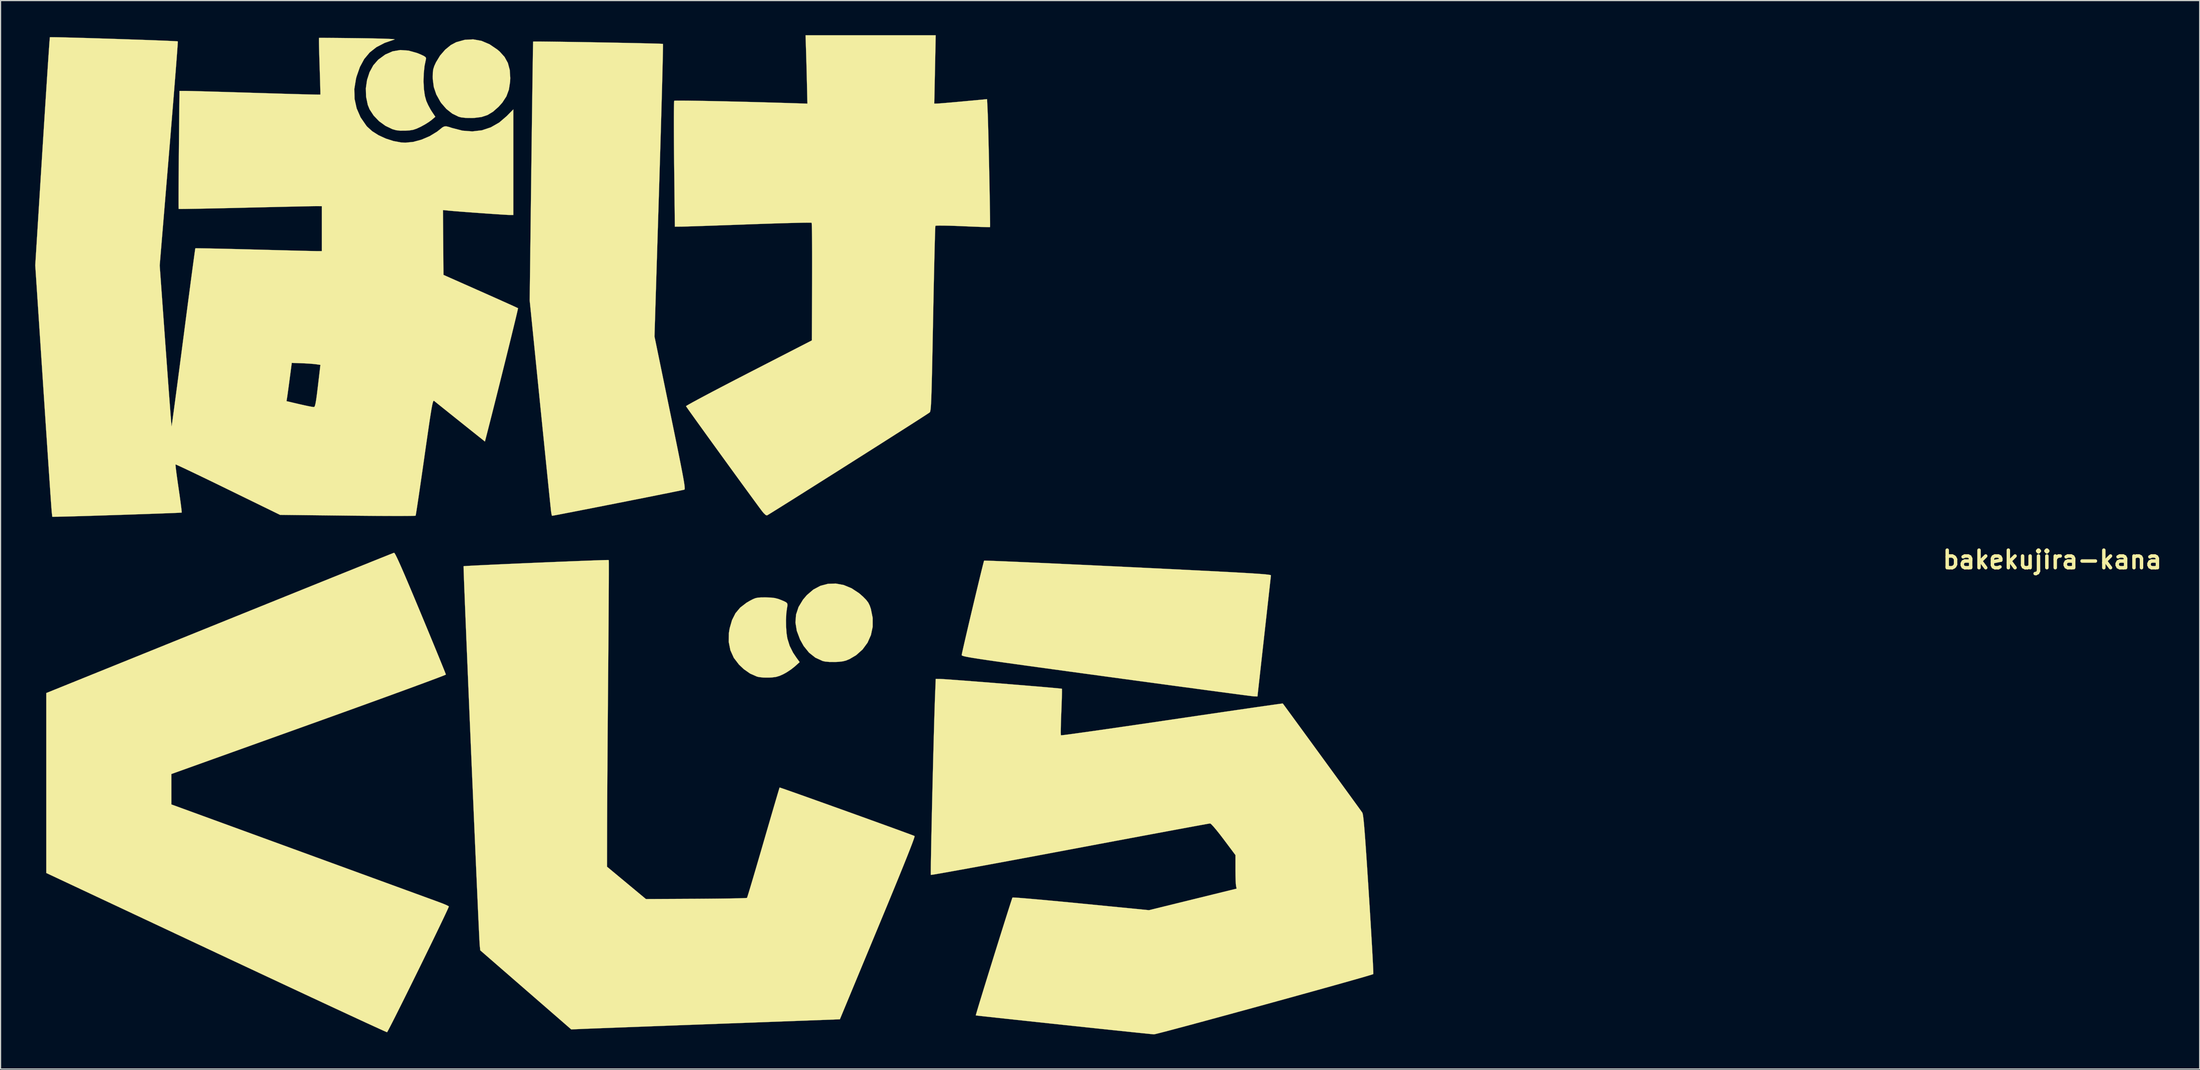
<source format=kicad_pcb>
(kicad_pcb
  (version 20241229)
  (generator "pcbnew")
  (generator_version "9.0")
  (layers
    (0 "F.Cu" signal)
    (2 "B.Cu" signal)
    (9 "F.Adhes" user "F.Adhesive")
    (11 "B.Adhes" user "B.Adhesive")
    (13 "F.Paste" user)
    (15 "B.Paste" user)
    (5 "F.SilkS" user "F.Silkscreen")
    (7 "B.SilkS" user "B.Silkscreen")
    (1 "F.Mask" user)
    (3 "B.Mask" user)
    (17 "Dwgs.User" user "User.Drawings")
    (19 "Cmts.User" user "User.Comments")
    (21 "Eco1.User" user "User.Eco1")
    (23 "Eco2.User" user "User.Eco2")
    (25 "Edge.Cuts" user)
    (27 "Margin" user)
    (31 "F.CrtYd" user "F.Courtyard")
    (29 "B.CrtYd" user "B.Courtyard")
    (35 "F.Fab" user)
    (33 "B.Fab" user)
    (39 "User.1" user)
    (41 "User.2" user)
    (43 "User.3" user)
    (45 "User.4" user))
  (footprint "bakekujira-kana"
    (layer "F.Cu")
    (at 174.78 45.471)
    (property "Reference" "bakekujira-kana" (at 0 0 0) (layer "F.SilkS") (effects (font (size 1.524 1.524) (thickness 0.3))))
    (attr through_hole)
    (fp_poly (pts (xy -104.723 2.19) (xy -104.045 2.47) (xy -103.391 2.9) (xy -103.049 3.2) (xy -102.775 3.478) (xy -102.595 3.715) (xy -102.468 3.972) (xy -102.369 4.263) (xy -102.211 5.046) (xy -102.211 5.806) (xy -102.363 6.526) (xy -102.657 7.189) (xy -103.088 7.777) (xy -103.647 8.274) (xy -104.214 8.608) (xy -104.504 8.73) (xy -104.79 8.806) (xy -105.136 8.847) (xy -105.452 8.862) (xy -105.942 8.861) (xy -106.342 8.824) (xy -106.553 8.776) (xy -107.184 8.485) (xy -107.728 8.055) (xy -108.191 7.481) (xy -108.508 6.912) (xy -108.79 6.161) (xy -108.906 5.442) (xy -108.855 4.754) (xy -108.637 4.093) (xy -108.252 3.458) (xy -107.92 3.067) (xy -107.361 2.587) (xy -106.745 2.259) (xy -106.089 2.085) (xy -105.41 2.062) (xy -104.723 2.19)) (stroke (width 0.01) (type solid)) (fill yes) (layer "F.SilkS"))
    (fp_poly (pts (xy -136.112 -44.981) (xy -135.412 -44.684) (xy -134.731 -44.221) (xy -134.532 -44.05) (xy -134.111 -43.586) (xy -133.823 -43.063) (xy -133.66 -42.459) (xy -133.616 -41.754) (xy -133.63 -41.435) (xy -133.733 -40.755) (xy -133.951 -40.166) (xy -134.304 -39.625) (xy -134.632 -39.261) (xy -135.112 -38.837) (xy -135.588 -38.549) (xy -136.109 -38.377) (xy -136.723 -38.3) (xy -136.906 -38.292) (xy -137.456 -38.298) (xy -137.874 -38.346) (xy -138.102 -38.407) (xy -138.642 -38.672) (xy -139.152 -39.074) (xy -139.592 -39.581) (xy -139.668 -39.69) (xy -140.026 -40.332) (xy -140.242 -40.97) (xy -140.331 -41.658) (xy -140.335 -41.87) (xy -140.326 -42.246) (xy -140.287 -42.53) (xy -140.202 -42.797) (xy -140.053 -43.123) (xy -140.049 -43.129) (xy -139.699 -43.705) (xy -139.26 -44.212) (xy -138.769 -44.615) (xy -138.301 -44.864) (xy -137.559 -45.071) (xy -136.828 -45.11) (xy -136.112 -44.981)) (stroke (width 0.01) (type solid)) (fill yes) (layer "F.SilkS"))
    (fp_poly (pts (xy -142.434 -44.136) (xy -141.682 -43.925) (xy -141.366 -43.795) (xy -141.095 -43.665) (xy -140.954 -43.565) (xy -140.911 -43.468) (xy -140.921 -43.399) (xy -141.043 -42.806) (xy -141.112 -42.144) (xy -141.131 -41.461) (xy -141.098 -40.803) (xy -141.015 -40.216) (xy -140.891 -39.771) (xy -140.729 -39.411) (xy -140.524 -39.03) (xy -140.405 -38.841) (xy -140.108 -38.399) (xy -140.433 -38.12) (xy -140.673 -37.944) (xy -140.999 -37.739) (xy -141.346 -37.548) (xy -141.377 -37.532) (xy -141.737 -37.365) (xy -142.036 -37.266) (xy -142.354 -37.215) (xy -142.69 -37.193) (xy -143.152 -37.191) (xy -143.517 -37.235) (xy -143.823 -37.321) (xy -144.432 -37.612) (xy -144.986 -38.015) (xy -145.454 -38.502) (xy -145.806 -39.041) (xy -145.963 -39.426) (xy -146.111 -40.141) (xy -146.13 -40.873) (xy -146.027 -41.592) (xy -145.809 -42.265) (xy -145.485 -42.86) (xy -145.061 -43.345) (xy -145.05 -43.354) (xy -144.444 -43.795) (xy -143.81 -44.072) (xy -143.142 -44.185) (xy -142.434 -44.136)) (stroke (width 0.01) (type solid)) (fill yes) (layer "F.SilkS"))
    (fp_poly (pts (xy -111.047 3.276) (xy -110.697 3.317) (xy -110.397 3.394) (xy -110.236 3.454) (xy -109.908 3.588) (xy -109.709 3.691) (xy -109.613 3.796) (xy -109.595 3.937) (xy -109.627 4.15) (xy -109.643 4.229) (xy -109.699 4.682) (xy -109.723 5.229) (xy -109.715 5.806) (xy -109.677 6.351) (xy -109.609 6.799) (xy -109.6 6.839) (xy -109.404 7.469) (xy -109.112 8.053) (xy -108.827 8.479) (xy -108.541 8.873) (xy -108.972 9.261) (xy -109.289 9.511) (xy -109.669 9.761) (xy -109.955 9.92) (xy -110.292 10.07) (xy -110.594 10.159) (xy -110.938 10.203) (xy -111.197 10.217) (xy -111.676 10.214) (xy -112.076 10.168) (xy -112.244 10.127) (xy -112.831 9.869) (xy -113.382 9.484) (xy -113.799 9.089) (xy -114.248 8.502) (xy -114.544 7.843) (xy -114.687 7.123) (xy -114.674 6.35) (xy -114.606 5.937) (xy -114.4 5.223) (xy -114.102 4.634) (xy -113.692 4.145) (xy -113.15 3.728) (xy -112.85 3.552) (xy -112.584 3.414) (xy -112.37 3.328) (xy -112.15 3.283) (xy -111.87 3.265) (xy -111.506 3.263) (xy -111.047 3.276)) (stroke (width 0.01) (type solid)) (fill yes) (layer "F.SilkS"))
    (fp_poly (pts (xy -92.219 0.082) (xy -91.819 0.096) (xy -91.278 0.117) (xy -90.605 0.144) (xy -89.811 0.178) (xy -88.903 0.218) (xy -87.893 0.263) (xy -86.788 0.313) (xy -85.6 0.368) (xy -84.336 0.427) (xy -83.006 0.489) (xy -81.621 0.555) (xy -80.188 0.624) (xy -80.095 0.629) (xy -78.38 0.712) (xy -76.827 0.788) (xy -75.428 0.857) (xy -74.175 0.92) (xy -73.061 0.976) (xy -72.078 1.027) (xy -71.218 1.072) (xy -70.473 1.113) (xy -69.837 1.15) (xy -69.301 1.182) (xy -68.857 1.212) (xy -68.499 1.238) (xy -68.217 1.262) (xy -68.006 1.284) (xy -67.857 1.304) (xy -67.762 1.323) (xy -67.714 1.341) (xy -67.704 1.356) (xy -67.716 1.461) (xy -67.744 1.718) (xy -67.788 2.115) (xy -67.846 2.635) (xy -67.916 3.265) (xy -67.997 3.989) (xy -68.086 4.792) (xy -68.183 5.659) (xy -68.285 6.577) (xy -68.295 6.668) (xy -68.873 11.853) (xy -69.171 11.843) (xy -69.288 11.83) (xy -69.563 11.796) (xy -69.988 11.742) (xy -70.551 11.668) (xy -71.244 11.576) (xy -72.058 11.468) (xy -72.982 11.344) (xy -74.008 11.206) (xy -75.126 11.056) (xy -76.326 10.894) (xy -77.599 10.721) (xy -78.936 10.54) (xy -80.327 10.351) (xy -81.762 10.155) (xy -82 10.123) (xy -83.696 9.892) (xy -85.232 9.682) (xy -86.616 9.492) (xy -87.855 9.322) (xy -88.959 9.17) (xy -89.934 9.034) (xy -90.788 8.915) (xy -91.53 8.81) (xy -92.166 8.718) (xy -92.706 8.638) (xy -93.157 8.569) (xy -93.526 8.511) (xy -93.822 8.46) (xy -94.053 8.417) (xy -94.226 8.381) (xy -94.349 8.349) (xy -94.43 8.322) (xy -94.477 8.297) (xy -94.498 8.273) (xy -94.501 8.25) (xy -94.501 8.25) (xy -94.462 8.057) (xy -94.39 7.733) (xy -94.291 7.296) (xy -94.169 6.766) (xy -94.028 6.161) (xy -93.874 5.5) (xy -93.71 4.805) (xy -93.541 4.092) (xy -93.372 3.382) (xy -93.207 2.693) (xy -93.051 2.046) (xy -92.909 1.459) (xy -92.785 0.951) (xy -92.683 0.542) (xy -92.609 0.251) (xy -92.566 0.097) (xy -92.558 0.078) (xy -92.468 0.076) (xy -92.219 0.082)) (stroke (width 0.01) (type solid)) (fill yes) (layer "F.SilkS"))
    (fp_poly (pts (xy -130.92 -44.92) (xy -130.423 -44.915) (xy -129.826 -44.908) (xy -129.146 -44.899) (xy -128.398 -44.888) (xy -127.602 -44.876) (xy -126.772 -44.862) (xy -125.928 -44.847) (xy -125.085 -44.832) (xy -124.26 -44.816) (xy -123.472 -44.8) (xy -122.736 -44.785) (xy -122.07 -44.77) (xy -121.492 -44.756) (xy -121.017 -44.743) (xy -120.663 -44.732) (xy -120.447 -44.722) (xy -120.386 -44.716) (xy -120.382 -44.627) (xy -120.384 -44.377) (xy -120.391 -43.978) (xy -120.402 -43.436) (xy -120.418 -42.763) (xy -120.438 -41.967) (xy -120.461 -41.058) (xy -120.489 -40.045) (xy -120.52 -38.937) (xy -120.554 -37.744) (xy -120.591 -36.474) (xy -120.631 -35.138) (xy -120.673 -33.745) (xy -120.717 -32.303) (xy -120.726 -32.009) (xy -121.119 -19.357) (xy -119.758 -12.748) (xy -119.507 -11.531) (xy -119.29 -10.469) (xy -119.103 -9.552) (xy -118.946 -8.77) (xy -118.816 -8.112) (xy -118.711 -7.569) (xy -118.629 -7.128) (xy -118.569 -6.781) (xy -118.528 -6.517) (xy -118.505 -6.325) (xy -118.498 -6.195) (xy -118.504 -6.117) (xy -118.522 -6.081) (xy -118.528 -6.077) (xy -118.624 -6.054) (xy -118.869 -6.002) (xy -119.248 -5.924) (xy -119.743 -5.823) (xy -120.337 -5.704) (xy -121.016 -5.568) (xy -121.761 -5.419) (xy -122.556 -5.261) (xy -123.386 -5.096) (xy -124.232 -4.929) (xy -125.079 -4.762) (xy -125.91 -4.598) (xy -126.709 -4.441) (xy -127.458 -4.295) (xy -128.142 -4.161) (xy -128.744 -4.045) (xy -129.247 -3.948) (xy -129.635 -3.874) (xy -129.891 -3.827) (xy -129.998 -3.81) (xy -129.999 -3.81) (xy -130.028 -3.886) (xy -130.064 -4.078) (xy -130.083 -4.212) (xy -130.098 -4.35) (xy -130.129 -4.645) (xy -130.175 -5.085) (xy -130.234 -5.659) (xy -130.305 -6.355) (xy -130.387 -7.161) (xy -130.479 -8.066) (xy -130.58 -9.058) (xy -130.688 -10.126) (xy -130.803 -11.257) (xy -130.922 -12.441) (xy -131.034 -13.547) (xy -131.933 -22.479) (xy -131.794 -33.691) (xy -131.777 -35.055) (xy -131.76 -36.371) (xy -131.744 -37.63) (xy -131.728 -38.822) (xy -131.713 -39.936) (xy -131.699 -40.965) (xy -131.686 -41.896) (xy -131.674 -42.721) (xy -131.663 -43.43) (xy -131.654 -44.012) (xy -131.646 -44.459) (xy -131.64 -44.759) (xy -131.636 -44.904) (xy -131.634 -44.916) (xy -131.542 -44.921) (xy -131.299 -44.922) (xy -130.92 -44.92)) (stroke (width 0.01) (type solid)) (fill yes) (layer "F.SilkS"))
    (fp_poly (pts (xy -143.638 -0.565) (xy -143.553 -0.42) (xy -143.427 -0.167) (xy -143.256 0.201) (xy -143.038 0.691) (xy -142.77 1.308) (xy -142.45 2.06) (xy -142.073 2.953) (xy -141.638 3.993) (xy -141.379 4.614) (xy -141.008 5.507) (xy -140.657 6.355) (xy -140.331 7.144) (xy -140.036 7.862) (xy -139.776 8.496) (xy -139.558 9.032) (xy -139.385 9.458) (xy -139.265 9.76) (xy -139.202 9.925) (xy -139.194 9.953) (xy -139.272 9.991) (xy -139.501 10.083) (xy -139.872 10.225) (xy -140.376 10.415) (xy -141.004 10.649) (xy -141.749 10.924) (xy -142.6 11.237) (xy -143.55 11.584) (xy -144.589 11.963) (xy -145.709 12.369) (xy -146.901 12.801) (xy -148.157 13.254) (xy -149.467 13.726) (xy -150.823 14.213) (xy -151.088 14.308) (xy -162.983 18.575) (xy -162.983 19.892) (xy -162.982 21.209) (xy -151.743 25.312) (xy -150.404 25.801) (xy -149.099 26.278) (xy -147.839 26.738) (xy -146.632 27.179) (xy -145.49 27.596) (xy -144.421 27.986) (xy -143.436 28.346) (xy -142.544 28.672) (xy -141.755 28.96) (xy -141.079 29.207) (xy -140.526 29.409) (xy -140.105 29.563) (xy -139.827 29.665) (xy -139.721 29.704) (xy -139.389 29.832) (xy -139.127 29.944) (xy -138.969 30.026) (xy -138.938 30.055) (xy -138.974 30.153) (xy -139.078 30.386) (xy -139.243 30.74) (xy -139.461 31.2) (xy -139.725 31.751) (xy -140.027 32.379) (xy -140.361 33.068) (xy -140.72 33.804) (xy -141.095 34.573) (xy -141.48 35.359) (xy -141.868 36.147) (xy -142.251 36.924) (xy -142.622 37.674) (xy -142.974 38.382) (xy -143.3 39.034) (xy -143.591 39.615) (xy -143.842 40.11) (xy -144.045 40.505) (xy -144.192 40.784) (xy -144.276 40.933) (xy -144.293 40.955) (xy -144.379 40.921) (xy -144.611 40.819) (xy -144.981 40.651) (xy -145.482 40.422) (xy -146.107 40.135) (xy -146.847 39.793) (xy -147.695 39.399) (xy -148.645 38.958) (xy -149.688 38.473) (xy -150.817 37.947) (xy -152.024 37.383) (xy -153.302 36.785) (xy -154.644 36.157) (xy -156.042 35.502) (xy -157.489 34.824) (xy -158.977 34.126) (xy -159.11 34.063) (xy -173.821 27.153) (xy -173.821 11.553) (xy -158.814 5.486) (xy -157.289 4.87) (xy -155.806 4.271) (xy -154.372 3.692) (xy -152.994 3.136) (xy -151.681 2.606) (xy -150.44 2.105) (xy -149.279 1.637) (xy -148.206 1.205) (xy -147.227 0.811) (xy -146.351 0.458) (xy -145.586 0.151) (xy -144.939 -0.109) (xy -144.417 -0.318) (xy -144.03 -0.473) (xy -143.783 -0.57) (xy -143.685 -0.607) (xy -143.684 -0.608) (xy -143.638 -0.565)) (stroke (width 0.01) (type solid)) (fill yes) (layer "F.SilkS"))
    (fp_poly (pts (xy -125.084 0.025) (xy -125.084 0.025) (xy -125.08 0.113) (xy -125.077 0.359) (xy -125.077 0.754) (xy -125.077 1.286) (xy -125.079 1.945) (xy -125.083 2.72) (xy -125.087 3.601) (xy -125.093 4.577) (xy -125.1 5.638) (xy -125.109 6.772) (xy -125.118 7.97) (xy -125.128 9.22) (xy -125.134 9.831) (xy -125.145 11.187) (xy -125.157 12.552) (xy -125.167 13.909) (xy -125.178 15.243) (xy -125.187 16.538) (xy -125.196 17.776) (xy -125.204 18.941) (xy -125.211 20.018) (xy -125.217 20.991) (xy -125.221 21.842) (xy -125.224 22.556) (xy -125.226 23.103) (xy -125.233 26.607) (xy -121.862 29.41) (xy -117.51 29.389) (xy -116.667 29.383) (xy -115.876 29.376) (xy -115.153 29.368) (xy -114.514 29.358) (xy -113.974 29.348) (xy -113.551 29.336) (xy -113.26 29.325) (xy -113.117 29.313) (xy -113.105 29.31) (xy -113.072 29.22) (xy -112.997 28.982) (xy -112.884 28.611) (xy -112.737 28.12) (xy -112.56 27.524) (xy -112.358 26.839) (xy -112.135 26.077) (xy -111.895 25.255) (xy -111.679 24.511) (xy -111.429 23.649) (xy -111.192 22.836) (xy -110.974 22.087) (xy -110.778 21.417) (xy -110.608 20.839) (xy -110.469 20.368) (xy -110.365 20.019) (xy -110.3 19.806) (xy -110.279 19.743) (xy -110.198 19.767) (xy -109.973 19.843) (xy -109.62 19.966) (xy -109.153 20.131) (xy -108.587 20.331) (xy -107.939 20.562) (xy -107.222 20.818) (xy -106.453 21.093) (xy -105.646 21.382) (xy -104.817 21.679) (xy -103.981 21.98) (xy -103.153 22.278) (xy -102.349 22.569) (xy -101.583 22.846) (xy -100.87 23.104) (xy -100.227 23.338) (xy -99.668 23.542) (xy -99.208 23.711) (xy -98.863 23.839) (xy -98.648 23.921) (xy -98.58 23.949) (xy -98.59 24.029) (xy -98.662 24.249) (xy -98.794 24.611) (xy -98.989 25.117) (xy -99.246 25.768) (xy -99.566 26.565) (xy -99.95 27.511) (xy -100.398 28.606) (xy -100.912 29.854) (xy -101.492 31.254) (xy -101.768 31.919) (xy -105.055 39.836) (xy -115.625 40.228) (xy -116.971 40.278) (xy -118.285 40.326) (xy -119.554 40.374) (xy -120.768 40.419) (xy -121.915 40.462) (xy -122.983 40.502) (xy -123.96 40.539) (xy -124.836 40.572) (xy -125.599 40.601) (xy -126.236 40.625) (xy -126.738 40.645) (xy -127.091 40.658) (xy -127.265 40.666) (xy -128.334 40.711) (xy -132.276 37.285) (xy -136.217 33.859) (xy -136.263 33.418) (xy -136.273 33.276) (xy -136.289 32.978) (xy -136.311 32.533) (xy -136.339 31.953) (xy -136.372 31.247) (xy -136.41 30.425) (xy -136.451 29.496) (xy -136.497 28.471) (xy -136.546 27.36) (xy -136.598 26.173) (xy -136.653 24.919) (xy -136.71 23.608) (xy -136.769 22.251) (xy -136.829 20.857) (xy -136.89 19.437) (xy -136.952 17.999) (xy -137.013 16.555) (xy -137.074 15.114) (xy -137.135 13.686) (xy -137.194 12.28) (xy -137.252 10.907) (xy -137.307 9.578) (xy -137.36 8.3) (xy -137.411 7.086) (xy -137.457 5.943) (xy -137.501 4.884) (xy -137.54 3.916) (xy -137.574 3.051) (xy -137.604 2.298) (xy -137.628 1.668) (xy -137.646 1.169) (xy -137.658 0.813) (xy -137.663 0.608) (xy -137.662 0.56) (xy -137.573 0.55) (xy -137.331 0.534) (xy -136.952 0.513) (xy -136.452 0.487) (xy -135.848 0.458) (xy -135.155 0.425) (xy -134.39 0.39) (xy -133.568 0.353) (xy -132.706 0.315) (xy -131.82 0.277) (xy -130.926 0.239) (xy -130.04 0.202) (xy -129.178 0.167) (xy -128.356 0.134) (xy -127.591 0.104) (xy -126.898 0.077) (xy -126.293 0.055) (xy -125.794 0.038) (xy -125.415 0.027) (xy -125.173 0.023) (xy -125.084 0.025)) (stroke (width 0.01) (type solid)) (fill yes) (layer "F.SilkS"))
    (fp_poly (pts (xy -96.876 -39.539) (xy -96.635 -39.543) (xy -96.484 -39.552) (xy -96.192 -39.574) (xy -95.784 -39.608) (xy -95.288 -39.651) (xy -94.73 -39.701) (xy -94.347 -39.736) (xy -92.302 -39.926) (xy -92.253 -38.907) (xy -92.24 -38.597) (xy -92.226 -38.163) (xy -92.21 -37.622) (xy -92.193 -36.993) (xy -92.175 -36.292) (xy -92.157 -35.539) (xy -92.139 -34.75) (xy -92.122 -33.944) (xy -92.105 -33.139) (xy -92.089 -32.352) (xy -92.075 -31.601) (xy -92.063 -30.904) (xy -92.053 -30.279) (xy -92.045 -29.744) (xy -92.041 -29.316) (xy -92.04 -29.014) (xy -92.042 -28.855) (xy -92.045 -28.835) (xy -92.134 -28.832) (xy -92.37 -28.836) (xy -92.732 -28.846) (xy -93.196 -28.863) (xy -93.743 -28.884) (xy -94.348 -28.91) (xy -94.403 -28.913) (xy -95.014 -28.938) (xy -95.568 -28.955) (xy -96.044 -28.965) (xy -96.418 -28.967) (xy -96.67 -28.961) (xy -96.777 -28.947) (xy -96.778 -28.945) (xy -96.787 -28.852) (xy -96.798 -28.601) (xy -96.811 -28.205) (xy -96.827 -27.675) (xy -96.844 -27.023) (xy -96.863 -26.26) (xy -96.883 -25.399) (xy -96.905 -24.451) (xy -96.927 -23.429) (xy -96.949 -22.344) (xy -96.971 -21.207) (xy -96.978 -20.893) (xy -97.004 -19.541) (xy -97.027 -18.349) (xy -97.048 -17.306) (xy -97.068 -16.403) (xy -97.086 -15.628) (xy -97.103 -14.973) (xy -97.12 -14.426) (xy -97.136 -13.979) (xy -97.152 -13.62) (xy -97.168 -13.341) (xy -97.186 -13.13) (xy -97.204 -12.978) (xy -97.224 -12.875) (xy -97.246 -12.811) (xy -97.269 -12.776) (xy -97.27 -12.775) (xy -97.357 -12.714) (xy -97.577 -12.569) (xy -97.915 -12.35) (xy -98.361 -12.063) (xy -98.903 -11.716) (xy -99.527 -11.317) (xy -100.224 -10.874) (xy -100.979 -10.393) (xy -101.782 -9.882) (xy -102.621 -9.35) (xy -103.483 -8.803) (xy -104.357 -8.25) (xy -105.23 -7.697) (xy -106.09 -7.153) (xy -106.927 -6.625) (xy -107.727 -6.12) (xy -108.478 -5.646) (xy -109.169 -5.211) (xy -109.788 -4.823) (xy -110.323 -4.488) (xy -110.761 -4.215) (xy -111.091 -4.011) (xy -111.301 -3.884) (xy -111.376 -3.842) (xy -111.49 -3.882) (xy -111.666 -4.049) (xy -111.827 -4.248) (xy -112.068 -4.572) (xy -112.375 -4.99) (xy -112.74 -5.489) (xy -113.153 -6.054) (xy -113.604 -6.672) (xy -114.082 -7.329) (xy -114.578 -8.012) (xy -115.082 -8.708) (xy -115.584 -9.401) (xy -116.075 -10.079) (xy -116.544 -10.728) (xy -116.981 -11.335) (xy -117.377 -11.885) (xy -117.721 -12.365) (xy -118.005 -12.762) (xy -118.217 -13.061) (xy -118.348 -13.249) (xy -118.388 -13.312) (xy -118.318 -13.364) (xy -118.108 -13.486) (xy -117.772 -13.673) (xy -117.32 -13.918) (xy -116.764 -14.215) (xy -116.117 -14.558) (xy -115.389 -14.939) (xy -114.594 -15.354) (xy -113.742 -15.795) (xy -112.945 -16.206) (xy -107.484 -19.013) (xy -107.462 -24.085) (xy -107.46 -24.997) (xy -107.459 -25.857) (xy -107.46 -26.652) (xy -107.464 -27.367) (xy -107.469 -27.987) (xy -107.476 -28.496) (xy -107.484 -28.88) (xy -107.494 -29.124) (xy -107.505 -29.214) (xy -107.599 -29.221) (xy -107.847 -29.221) (xy -108.236 -29.216) (xy -108.75 -29.205) (xy -109.375 -29.189) (xy -110.098 -29.169) (xy -110.902 -29.144) (xy -111.774 -29.115) (xy -112.7 -29.083) (xy -112.903 -29.075) (xy -113.855 -29.041) (xy -114.771 -29.008) (xy -115.634 -28.978) (xy -116.427 -28.95) (xy -117.135 -28.927) (xy -117.741 -28.907) (xy -118.228 -28.891) (xy -118.581 -28.881) (xy -118.783 -28.876) (xy -118.796 -28.876) (xy -119.355 -28.871) (xy -119.417 -34.3) (xy -119.427 -35.243) (xy -119.434 -36.136) (xy -119.438 -36.965) (xy -119.44 -37.715) (xy -119.44 -38.371) (xy -119.437 -38.92) (xy -119.431 -39.346) (xy -119.423 -39.637) (xy -119.412 -39.776) (xy -119.408 -39.786) (xy -119.312 -39.796) (xy -119.06 -39.8) (xy -118.666 -39.799) (xy -118.145 -39.795) (xy -117.509 -39.786) (xy -116.772 -39.773) (xy -115.948 -39.757) (xy -115.051 -39.738) (xy -114.095 -39.716) (xy -113.093 -39.691) (xy -112.059 -39.663) (xy -111.007 -39.634) (xy -109.95 -39.603) (xy -109.539 -39.59) (xy -107.869 -39.538) (xy -107.91 -41.295) (xy -107.926 -41.928) (xy -107.943 -42.599) (xy -107.961 -43.256) (xy -107.978 -43.844) (xy -107.991 -44.26) (xy -108.03 -45.466) (xy -96.752 -45.466) (xy -96.876 -39.539)) (stroke (width 0.01) (type solid)) (fill yes) (layer "F.SilkS"))
    (fp_poly (pts (xy -96.36 10.333) (xy -96.193 10.34) (xy -95.884 10.36) (xy -95.451 10.39) (xy -94.909 10.43) (xy -94.278 10.477) (xy -93.575 10.531) (xy -92.816 10.59) (xy -92.02 10.653) (xy -91.205 10.718) (xy -90.387 10.784) (xy -89.585 10.85) (xy -88.815 10.913) (xy -88.096 10.973) (xy -87.445 11.028) (xy -86.879 11.077) (xy -86.416 11.119) (xy -86.074 11.151) (xy -85.87 11.173) (xy -85.818 11.182) (xy -85.811 11.273) (xy -85.812 11.51) (xy -85.82 11.867) (xy -85.834 12.322) (xy -85.853 12.85) (xy -85.867 13.193) (xy -85.89 13.754) (xy -85.905 14.257) (xy -85.914 14.679) (xy -85.916 14.994) (xy -85.91 15.179) (xy -85.903 15.217) (xy -85.814 15.212) (xy -85.568 15.183) (xy -85.177 15.132) (xy -84.649 15.06) (xy -83.996 14.969) (xy -83.228 14.861) (xy -82.356 14.737) (xy -81.391 14.598) (xy -80.343 14.446) (xy -79.222 14.283) (xy -78.039 14.11) (xy -76.805 13.928) (xy -76.278 13.85) (xy -75.026 13.665) (xy -73.821 13.487) (xy -72.675 13.319) (xy -71.597 13.161) (xy -70.597 13.015) (xy -69.687 12.883) (xy -68.877 12.765) (xy -68.177 12.665) (xy -67.599 12.583) (xy -67.152 12.52) (xy -66.847 12.479) (xy -66.694 12.461) (xy -66.678 12.46) (xy -66.62 12.537) (xy -66.472 12.738) (xy -66.245 13.048) (xy -65.947 13.455) (xy -65.59 13.944) (xy -65.183 14.501) (xy -64.736 15.114) (xy -64.258 15.769) (xy -63.761 16.452) (xy -63.253 17.149) (xy -62.745 17.847) (xy -62.246 18.532) (xy -61.767 19.191) (xy -61.317 19.809) (xy -60.906 20.374) (xy -60.545 20.872) (xy -60.242 21.289) (xy -60.009 21.611) (xy -59.855 21.825) (xy -59.789 21.917) (xy -59.789 21.917) (xy -59.763 21.984) (xy -59.735 22.109) (xy -59.706 22.303) (xy -59.674 22.576) (xy -59.639 22.938) (xy -59.6 23.399) (xy -59.556 23.968) (xy -59.506 24.655) (xy -59.45 25.47) (xy -59.386 26.423) (xy -59.315 27.525) (xy -59.234 28.783) (xy -59.221 28.987) (xy -59.154 30.05) (xy -59.092 31.064) (xy -59.034 32.016) (xy -58.983 32.894) (xy -58.937 33.685) (xy -58.899 34.376) (xy -58.869 34.955) (xy -58.847 35.409) (xy -58.835 35.726) (xy -58.833 35.892) (xy -58.835 35.914) (xy -58.926 35.949) (xy -59.167 36.023) (xy -59.547 36.136) (xy -60.053 36.282) (xy -60.673 36.458) (xy -61.394 36.662) (xy -62.203 36.889) (xy -63.089 37.137) (xy -64.038 37.401) (xy -65.039 37.678) (xy -66.078 37.966) (xy -67.144 38.26) (xy -68.223 38.557) (xy -69.304 38.854) (xy -70.373 39.146) (xy -71.419 39.432) (xy -72.429 39.707) (xy -73.39 39.968) (xy -74.291 40.212) (xy -75.117 40.434) (xy -75.858 40.632) (xy -76.501 40.803) (xy -77.032 40.942) (xy -77.441 41.046) (xy -77.713 41.113) (xy -77.837 41.138) (xy -77.84 41.138) (xy -77.962 41.128) (xy -78.24 41.101) (xy -78.661 41.058) (xy -79.214 41.002) (xy -79.885 40.932) (xy -80.662 40.851) (xy -81.533 40.76) (xy -82.485 40.66) (xy -83.506 40.552) (xy -84.583 40.438) (xy -85.683 40.321) (xy -86.797 40.202) (xy -87.862 40.088) (xy -88.866 39.98) (xy -89.798 39.88) (xy -90.645 39.789) (xy -91.395 39.708) (xy -92.037 39.638) (xy -92.559 39.581) (xy -92.948 39.538) (xy -93.192 39.51) (xy -93.281 39.499) (xy -93.281 39.499) (xy -93.261 39.417) (xy -93.196 39.191) (xy -93.091 38.836) (xy -92.95 38.369) (xy -92.778 37.808) (xy -92.582 37.168) (xy -92.366 36.467) (xy -92.135 35.721) (xy -91.894 34.946) (xy -91.65 34.159) (xy -91.406 33.378) (xy -91.168 32.617) (xy -90.941 31.895) (xy -90.731 31.228) (xy -90.542 30.632) (xy -90.38 30.124) (xy -90.25 29.72) (xy -90.157 29.438) (xy -90.107 29.294) (xy -90.099 29.279) (xy -90.008 29.277) (xy -89.761 29.291) (xy -89.374 29.32) (xy -88.859 29.362) (xy -88.23 29.416) (xy -87.501 29.481) (xy -86.686 29.556) (xy -85.797 29.64) (xy -84.85 29.73) (xy -84.159 29.798) (xy -78.274 30.375) (xy -74.477 29.442) (xy -70.68 28.509) (xy -70.731 28.256) (xy -70.749 28.081) (xy -70.765 27.775) (xy -70.776 27.378) (xy -70.781 26.929) (xy -70.781 26.801) (xy -70.781 25.599) (xy -71.807 24.229) (xy -72.14 23.794) (xy -72.438 23.421) (xy -72.686 23.128) (xy -72.867 22.934) (xy -72.967 22.858) (xy -72.971 22.858) (xy -73.069 22.873) (xy -73.324 22.917) (xy -73.727 22.99) (xy -74.267 23.089) (xy -74.937 23.212) (xy -75.726 23.358) (xy -76.624 23.525) (xy -77.623 23.711) (xy -78.714 23.914) (xy -79.885 24.133) (xy -81.13 24.366) (xy -82.436 24.611) (xy -83.797 24.867) (xy -85.113 25.114) (xy -86.513 25.377) (xy -87.867 25.631) (xy -89.167 25.873) (xy -90.402 26.103) (xy -91.564 26.318) (xy -92.643 26.517) (xy -93.63 26.697) (xy -94.515 26.859) (xy -95.289 26.998) (xy -95.943 27.115) (xy -96.468 27.207) (xy -96.853 27.273) (xy -97.091 27.31) (xy -97.171 27.318) (xy -97.176 27.228) (xy -97.176 26.983) (xy -97.173 26.598) (xy -97.166 26.086) (xy -97.155 25.46) (xy -97.142 24.737) (xy -97.126 23.929) (xy -97.107 23.051) (xy -97.087 22.117) (xy -97.065 21.141) (xy -97.041 20.137) (xy -97.017 19.119) (xy -96.991 18.102) (xy -96.966 17.1) (xy -96.94 16.127) (xy -96.915 15.196) (xy -96.89 14.323) (xy -96.867 13.521) (xy -96.844 12.805) (xy -96.824 12.188) (xy -96.805 11.685) (xy -96.802 11.62) (xy -96.75 10.329) (xy -96.36 10.333)) (stroke (width 0.01) (type solid)) (fill yes) (layer "F.SilkS"))
    (fp_poly (pts (xy -173.18 -45.297) (xy -172.804 -45.291) (xy -172.311 -45.28) (xy -171.718 -45.265) (xy -171.041 -45.246) (xy -170.297 -45.225) (xy -169.505 -45.201) (xy -168.681 -45.175) (xy -167.842 -45.148) (xy -167.006 -45.12) (xy -166.19 -45.092) (xy -165.41 -45.065) (xy -164.685 -45.039) (xy -164.03 -45.014) (xy -163.464 -44.991) (xy -163.004 -44.97) (xy -162.666 -44.953) (xy -162.468 -44.94) (xy -162.422 -44.933) (xy -162.424 -44.846) (xy -162.439 -44.6) (xy -162.467 -44.206) (xy -162.506 -43.676) (xy -162.556 -43.019) (xy -162.616 -42.246) (xy -162.686 -41.369) (xy -162.763 -40.396) (xy -162.848 -39.34) (xy -162.94 -38.21) (xy -163.038 -37.018) (xy -163.14 -35.773) (xy -163.188 -35.201) (xy -163.992 -25.509) (xy -163.49 -18.542) (xy -163.412 -17.473) (xy -163.338 -16.453) (xy -163.268 -15.495) (xy -163.203 -14.612) (xy -163.143 -13.816) (xy -163.091 -13.12) (xy -163.046 -12.535) (xy -163.01 -12.075) (xy -162.983 -11.752) (xy -162.968 -11.579) (xy -162.964 -11.552) (xy -162.95 -11.63) (xy -162.915 -11.865) (xy -162.863 -12.244) (xy -162.793 -12.757) (xy -162.708 -13.39) (xy -162.66 -13.748) (xy -153.005 -13.748) (xy -151.877 -13.485) (xy -151.454 -13.389) (xy -151.084 -13.311) (xy -150.801 -13.258) (xy -150.639 -13.236) (xy -150.622 -13.237) (xy -150.575 -13.275) (xy -150.529 -13.389) (xy -150.481 -13.597) (xy -150.428 -13.916) (xy -150.367 -14.366) (xy -150.294 -14.963) (xy -150.281 -15.072) (xy -150.067 -16.891) (xy -150.45 -16.947) (xy -150.705 -16.975) (xy -151.069 -17.003) (xy -151.482 -17.026) (xy -151.69 -17.034) (xy -152.547 -17.065) (xy -152.732 -15.666) (xy -152.797 -15.178) (xy -152.858 -14.731) (xy -152.909 -14.36) (xy -152.947 -14.1) (xy -152.961 -14.007) (xy -153.005 -13.748) (xy -162.66 -13.748) (xy -162.609 -14.133) (xy -162.497 -14.974) (xy -162.375 -15.901) (xy -162.243 -16.903) (xy -162.104 -17.967) (xy -161.959 -19.083) (xy -161.937 -19.247) (xy -161.791 -20.371) (xy -161.651 -21.446) (xy -161.518 -22.461) (xy -161.393 -23.403) (xy -161.28 -24.262) (xy -161.178 -25.026) (xy -161.09 -25.681) (xy -161.017 -26.218) (xy -160.961 -26.624) (xy -160.923 -26.887) (xy -160.906 -26.995) (xy -160.905 -26.997) (xy -160.817 -27.001) (xy -160.575 -27) (xy -160.193 -26.994) (xy -159.686 -26.985) (xy -159.068 -26.972) (xy -158.355 -26.956) (xy -157.56 -26.937) (xy -156.699 -26.915) (xy -155.787 -26.891) (xy -155.77 -26.891) (xy -154.845 -26.866) (xy -153.961 -26.842) (xy -153.136 -26.821) (xy -152.386 -26.802) (xy -151.725 -26.785) (xy -151.17 -26.772) (xy -150.737 -26.762) (xy -150.442 -26.756) (xy -150.304 -26.754) (xy -149.945 -26.755) (xy -149.945 -30.649) (xy -150.474 -30.65) (xy -150.649 -30.648) (xy -150.977 -30.643) (xy -151.444 -30.634) (xy -152.033 -30.621) (xy -152.728 -30.606) (xy -153.515 -30.589) (xy -154.377 -30.569) (xy -155.299 -30.547) (xy -156.265 -30.525) (xy -156.66 -30.515) (xy -157.623 -30.492) (xy -158.535 -30.472) (xy -159.382 -30.454) (xy -160.151 -30.438) (xy -160.827 -30.425) (xy -161.396 -30.416) (xy -161.845 -30.409) (xy -162.16 -30.407) (xy -162.326 -30.408) (xy -162.349 -30.41) (xy -162.354 -30.498) (xy -162.357 -30.741) (xy -162.358 -31.123) (xy -162.357 -31.63) (xy -162.355 -32.248) (xy -162.351 -32.962) (xy -162.345 -33.757) (xy -162.338 -34.618) (xy -162.33 -35.53) (xy -162.33 -35.541) (xy -162.279 -40.64) (xy -161.723 -40.64) (xy -161.542 -40.637) (xy -161.208 -40.63) (xy -160.737 -40.618) (xy -160.144 -40.602) (xy -159.446 -40.582) (xy -158.658 -40.559) (xy -157.797 -40.533) (xy -156.878 -40.506) (xy -155.917 -40.476) (xy -155.63 -40.467) (xy -154.678 -40.438) (xy -153.778 -40.411) (xy -152.942 -40.386) (xy -152.186 -40.365) (xy -151.523 -40.347) (xy -150.968 -40.333) (xy -150.534 -40.323) (xy -150.236 -40.318) (xy -150.087 -40.318) (xy -150.073 -40.319) (xy -150.07 -40.407) (xy -150.073 -40.642) (xy -150.082 -41.004) (xy -150.094 -41.471) (xy -150.111 -42.021) (xy -150.131 -42.634) (xy -150.136 -42.781) (xy -150.156 -43.405) (xy -150.173 -43.971) (xy -150.185 -44.458) (xy -150.192 -44.844) (xy -150.194 -45.109) (xy -150.19 -45.231) (xy -150.188 -45.237) (xy -150.099 -45.24) (xy -149.859 -45.24) (xy -149.486 -45.239) (xy -148.999 -45.235) (xy -148.414 -45.23) (xy -147.751 -45.223) (xy -147.027 -45.215) (xy -146.77 -45.212) (xy -145.947 -45.2) (xy -145.232 -45.186) (xy -144.636 -45.17) (xy -144.168 -45.153) (xy -143.838 -45.136) (xy -143.657 -45.118) (xy -143.635 -45.099) (xy -143.637 -45.099) (xy -144.496 -44.804) (xy -145.212 -44.433) (xy -145.799 -43.971) (xy -146.272 -43.403) (xy -146.644 -42.715) (xy -146.931 -41.892) (xy -146.981 -41.706) (xy -147.126 -40.815) (xy -147.107 -39.952) (xy -146.925 -39.126) (xy -146.584 -38.346) (xy -146.084 -37.623) (xy -146.009 -37.536) (xy -145.582 -37.149) (xy -145.03 -36.8) (xy -144.398 -36.509) (xy -143.729 -36.294) (xy -143.067 -36.173) (xy -142.706 -36.153) (xy -142.022 -36.222) (xy -141.303 -36.418) (xy -140.599 -36.719) (xy -139.962 -37.108) (xy -139.715 -37.302) (xy -139.505 -37.472) (xy -139.337 -37.56) (xy -139.157 -37.571) (xy -138.913 -37.513) (xy -138.655 -37.427) (xy -137.761 -37.197) (xy -136.9 -37.131) (xy -136.078 -37.227) (xy -135.3 -37.485) (xy -134.574 -37.901) (xy -133.926 -38.456) (xy -133.35 -39.04) (xy -133.35 -29.887) (xy -133.687 -29.887) (xy -133.855 -29.894) (xy -134.165 -29.911) (xy -134.59 -29.938) (xy -135.101 -29.972) (xy -135.673 -30.011) (xy -136.277 -30.054) (xy -136.887 -30.098) (xy -137.475 -30.142) (xy -138.014 -30.183) (xy -138.477 -30.22) (xy -138.836 -30.251) (xy -139.003 -30.267) (xy -139.448 -30.312) (xy -139.426 -27.503) (xy -139.404 -24.693) (xy -136.194 -23.269) (xy -135.504 -22.962) (xy -134.863 -22.676) (xy -134.287 -22.418) (xy -133.793 -22.196) (xy -133.397 -22.017) (xy -133.115 -21.887) (xy -132.964 -21.816) (xy -132.943 -21.804) (xy -132.958 -21.719) (xy -133.01 -21.485) (xy -133.096 -21.118) (xy -133.213 -20.632) (xy -133.356 -20.043) (xy -133.521 -19.367) (xy -133.705 -18.618) (xy -133.904 -17.812) (xy -134.114 -16.964) (xy -134.332 -16.09) (xy -134.553 -15.204) (xy -134.774 -14.322) (xy -134.991 -13.46) (xy -135.2 -12.632) (xy -135.398 -11.854) (xy -135.58 -11.141) (xy -135.729 -10.563) (xy -135.811 -10.246) (xy -137.946 -11.951) (xy -138.47 -12.37) (xy -138.956 -12.759) (xy -139.386 -13.104) (xy -139.744 -13.391) (xy -140.014 -13.608) (xy -140.177 -13.74) (xy -140.215 -13.771) (xy -140.245 -13.783) (xy -140.275 -13.759) (xy -140.308 -13.687) (xy -140.345 -13.555) (xy -140.389 -13.351) (xy -140.442 -13.064) (xy -140.505 -12.68) (xy -140.582 -12.19) (xy -140.673 -11.579) (xy -140.781 -10.837) (xy -140.909 -9.951) (xy -141.058 -8.91) (xy -141.061 -8.882) (xy -141.19 -7.982) (xy -141.313 -7.131) (xy -141.428 -6.345) (xy -141.531 -5.639) (xy -141.623 -5.027) (xy -141.699 -4.524) (xy -141.758 -4.145) (xy -141.798 -3.905) (xy -141.817 -3.819) (xy -141.906 -3.81) (xy -142.151 -3.803) (xy -142.538 -3.798) (xy -143.053 -3.796) (xy -143.683 -3.796) (xy -144.412 -3.798) (xy -145.229 -3.802) (xy -146.118 -3.809) (xy -147.067 -3.817) (xy -147.712 -3.824) (xy -153.564 -3.89) (xy -158.076 -6.094) (xy -158.889 -6.491) (xy -159.657 -6.864) (xy -160.365 -7.206) (xy -161.001 -7.511) (xy -161.551 -7.773) (xy -162.001 -7.986) (xy -162.339 -8.143) (xy -162.55 -8.237) (xy -162.622 -8.263) (xy -162.62 -8.173) (xy -162.595 -7.939) (xy -162.551 -7.584) (xy -162.49 -7.131) (xy -162.415 -6.603) (xy -162.353 -6.176) (xy -162.27 -5.607) (xy -162.199 -5.096) (xy -162.142 -4.666) (xy -162.103 -4.339) (xy -162.084 -4.14) (xy -162.085 -4.087) (xy -162.172 -4.08) (xy -162.41 -4.068) (xy -162.784 -4.052) (xy -163.275 -4.033) (xy -163.866 -4.011) (xy -164.54 -3.987) (xy -165.28 -3.961) (xy -166.069 -3.934) (xy -166.889 -3.906) (xy -167.723 -3.879) (xy -168.554 -3.852) (xy -169.364 -3.826) (xy -170.137 -3.802) (xy -170.854 -3.781) (xy -171.5 -3.762) (xy -172.056 -3.747) (xy -172.505 -3.736) (xy -172.831 -3.729) (xy -172.947 -3.728) (xy -173.3 -3.725) (xy -173.35 -4.17) (xy -173.361 -4.31) (xy -173.383 -4.607) (xy -173.415 -5.053) (xy -173.456 -5.635) (xy -173.504 -6.343) (xy -173.56 -7.166) (xy -173.623 -8.094) (xy -173.692 -9.116) (xy -173.765 -10.22) (xy -173.844 -11.397) (xy -173.926 -12.635) (xy -174.011 -13.924) (xy -174.087 -15.071) (xy -174.775 -25.527) (xy -174.16 -35.391) (xy -174.08 -36.668) (xy -174.002 -37.897) (xy -173.928 -39.068) (xy -173.857 -40.171) (xy -173.791 -41.195) (xy -173.731 -42.13) (xy -173.676 -42.964) (xy -173.627 -43.688) (xy -173.586 -44.29) (xy -173.553 -44.761) (xy -173.528 -45.09) (xy -173.513 -45.266) (xy -173.509 -45.294) (xy -173.421 -45.298) (xy -173.18 -45.297)) (stroke (width 0.01) (type solid)) (fill yes) (layer "F.SilkS")))
  (gr_rect
    (start -3 -3)
    (end 187.548 89.614)
    (stroke (width 0.1) (type default))
    (fill no)
    (layer "Edge.Cuts")))
</source>
